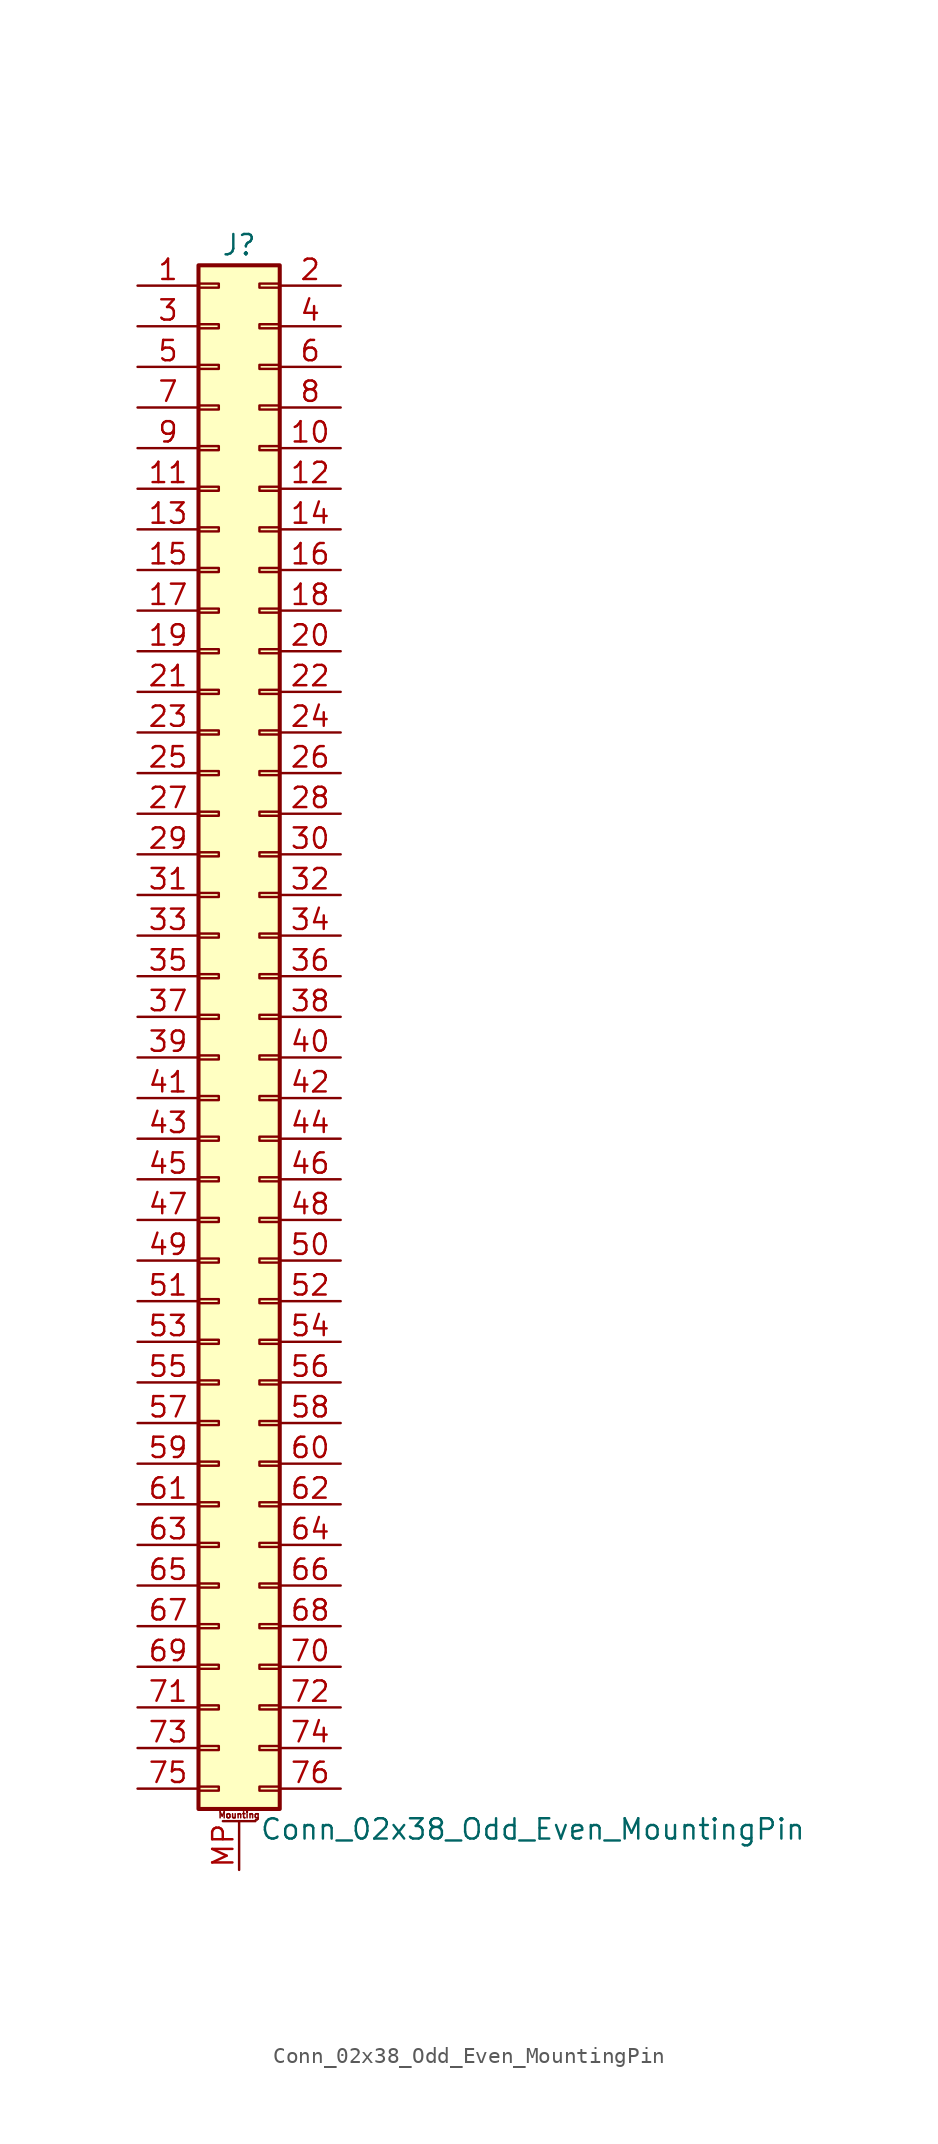
<source format=kicad_sym>
(kicad_symbol_lib
  (version 20211014)
  (generator kicad_symbol_editor)
  (symbol "Conn_02x38_Odd_Even_MountingPin"
    (pin_names
      (offset 1.016) hide)
    (property "Reference" "J"
      (at 1.27 48.26 0)
      (effects (font (size 1.27 1.27))))
    (property "Value" "Conn_02x38_Odd_Even_MountingPin"
      (at 2.54 -50.8 0)
      (effects (font (size 1.27 1.27)) (justify left)))
    (symbol "Conn_02x38_Odd_Even_MountingPin_1_1"
      (rectangle (start -1.27 -48.133) (end 0 -48.387) (stroke (width 0.152) (type default) (color 0 0 0 0)) (fill (type none)))
      (rectangle (start -1.27 -45.593) (end 0 -45.847) (stroke (width 0.152) (type default) (color 0 0 0 0)) (fill (type none)))
      (rectangle (start -1.27 -43.053) (end 0 -43.307) (stroke (width 0.152) (type default) (color 0 0 0 0)) (fill (type none)))
      (rectangle (start -1.27 -40.513) (end 0 -40.767) (stroke (width 0.152) (type default) (color 0 0 0 0)) (fill (type none)))
      (rectangle (start -1.27 -37.973) (end 0 -38.227) (stroke (width 0.152) (type default) (color 0 0 0 0)) (fill (type none)))
      (rectangle (start -1.27 -35.433) (end 0 -35.687) (stroke (width 0.152) (type default) (color 0 0 0 0)) (fill (type none)))
      (rectangle (start -1.27 -32.893) (end 0 -33.147) (stroke (width 0.152) (type default) (color 0 0 0 0)) (fill (type none)))
      (rectangle (start -1.27 -30.353) (end 0 -30.607) (stroke (width 0.152) (type default) (color 0 0 0 0)) (fill (type none)))
      (rectangle (start -1.27 -27.813) (end 0 -28.067) (stroke (width 0.152) (type default) (color 0 0 0 0)) (fill (type none)))
      (rectangle (start -1.27 -25.273) (end 0 -25.527) (stroke (width 0.152) (type default) (color 0 0 0 0)) (fill (type none)))
      (rectangle (start -1.27 -22.733) (end 0 -22.987) (stroke (width 0.152) (type default) (color 0 0 0 0)) (fill (type none)))
      (rectangle (start -1.27 -20.193) (end 0 -20.447) (stroke (width 0.152) (type default) (color 0 0 0 0)) (fill (type none)))
      (rectangle (start -1.27 -17.653) (end 0 -17.907) (stroke (width 0.152) (type default) (color 0 0 0 0)) (fill (type none)))
      (rectangle (start -1.27 -15.113) (end 0 -15.367) (stroke (width 0.152) (type default) (color 0 0 0 0)) (fill (type none)))
      (rectangle (start -1.27 -12.573) (end 0 -12.827) (stroke (width 0.152) (type default) (color 0 0 0 0)) (fill (type none)))
      (rectangle (start -1.27 -10.033) (end 0 -10.287) (stroke (width 0.152) (type default) (color 0 0 0 0)) (fill (type none)))
      (rectangle (start -1.27 -7.493) (end 0 -7.747) (stroke (width 0.152) (type default) (color 0 0 0 0)) (fill (type none)))
      (rectangle (start -1.27 -4.953) (end 0 -5.207) (stroke (width 0.152) (type default) (color 0 0 0 0)) (fill (type none)))
      (rectangle (start -1.27 -2.413) (end 0 -2.667) (stroke (width 0.152) (type default) (color 0 0 0 0)) (fill (type none)))
      (rectangle (start -1.27 0.127) (end 0 -0.127) (stroke (width 0.152) (type default) (color 0 0 0 0)) (fill (type none)))
      (rectangle (start -1.27 2.667) (end 0 2.413) (stroke (width 0.152) (type default) (color 0 0 0 0)) (fill (type none)))
      (rectangle (start -1.27 5.207) (end 0 4.953) (stroke (width 0.152) (type default) (color 0 0 0 0)) (fill (type none)))
      (rectangle (start -1.27 7.747) (end 0 7.493) (stroke (width 0.152) (type default) (color 0 0 0 0)) (fill (type none)))
      (rectangle (start -1.27 10.287) (end 0 10.033) (stroke (width 0.152) (type default) (color 0 0 0 0)) (fill (type none)))
      (rectangle (start -1.27 12.827) (end 0 12.573) (stroke (width 0.152) (type default) (color 0 0 0 0)) (fill (type none)))
      (rectangle (start -1.27 15.367) (end 0 15.113) (stroke (width 0.152) (type default) (color 0 0 0 0)) (fill (type none)))
      (rectangle (start -1.27 17.907) (end 0 17.653) (stroke (width 0.152) (type default) (color 0 0 0 0)) (fill (type none)))
      (rectangle (start -1.27 20.447) (end 0 20.193) (stroke (width 0.152) (type default) (color 0 0 0 0)) (fill (type none)))
      (rectangle (start -1.27 22.987) (end 0 22.733) (stroke (width 0.152) (type default) (color 0 0 0 0)) (fill (type none)))
      (rectangle (start -1.27 25.527) (end 0 25.273) (stroke (width 0.152) (type default) (color 0 0 0 0)) (fill (type none)))
      (rectangle (start -1.27 28.067) (end 0 27.813) (stroke (width 0.152) (type default) (color 0 0 0 0)) (fill (type none)))
      (rectangle (start -1.27 30.607) (end 0 30.353) (stroke (width 0.152) (type default) (color 0 0 0 0)) (fill (type none)))
      (rectangle (start -1.27 33.147) (end 0 32.893) (stroke (width 0.152) (type default) (color 0 0 0 0)) (fill (type none)))
      (rectangle (start -1.27 35.687) (end 0 35.433) (stroke (width 0.152) (type default) (color 0 0 0 0)) (fill (type none)))
      (rectangle (start -1.27 38.227) (end 0 37.973) (stroke (width 0.152) (type default) (color 0 0 0 0)) (fill (type none)))
      (rectangle (start -1.27 40.767) (end 0 40.513) (stroke (width 0.152) (type default) (color 0 0 0 0)) (fill (type none)))
      (rectangle (start -1.27 43.307) (end 0 43.053) (stroke (width 0.152) (type default) (color 0 0 0 0)) (fill (type none)))
      (rectangle (start -1.27 45.847) (end 0 45.593) (stroke (width 0.152) (type default) (color 0 0 0 0)) (fill (type none)))
      (rectangle (start -1.27 46.99) (end 3.81 -49.53) (stroke (width 0.254) (type default) (color 0 0 0 0)) (fill (type background)))
      (polyline (pts (xy 0.254 -50.292) (xy 2.286 -50.292)) (stroke (width 0.152) (type default) (color 0 0 0 0)) (fill (type none)))
      (rectangle (start 3.81 -48.133) (end 2.54 -48.387) (stroke (width 0.152) (type default) (color 0 0 0 0)) (fill (type none)))
      (rectangle (start 3.81 -45.593) (end 2.54 -45.847) (stroke (width 0.152) (type default) (color 0 0 0 0)) (fill (type none)))
      (rectangle (start 3.81 -43.053) (end 2.54 -43.307) (stroke (width 0.152) (type default) (color 0 0 0 0)) (fill (type none)))
      (rectangle (start 3.81 -40.513) (end 2.54 -40.767) (stroke (width 0.152) (type default) (color 0 0 0 0)) (fill (type none)))
      (rectangle (start 3.81 -37.973) (end 2.54 -38.227) (stroke (width 0.152) (type default) (color 0 0 0 0)) (fill (type none)))
      (rectangle (start 3.81 -35.433) (end 2.54 -35.687) (stroke (width 0.152) (type default) (color 0 0 0 0)) (fill (type none)))
      (rectangle (start 3.81 -32.893) (end 2.54 -33.147) (stroke (width 0.152) (type default) (color 0 0 0 0)) (fill (type none)))
      (rectangle (start 3.81 -30.353) (end 2.54 -30.607) (stroke (width 0.152) (type default) (color 0 0 0 0)) (fill (type none)))
      (rectangle (start 3.81 -27.813) (end 2.54 -28.067) (stroke (width 0.152) (type default) (color 0 0 0 0)) (fill (type none)))
      (rectangle (start 3.81 -25.273) (end 2.54 -25.527) (stroke (width 0.152) (type default) (color 0 0 0 0)) (fill (type none)))
      (rectangle (start 3.81 -22.733) (end 2.54 -22.987) (stroke (width 0.152) (type default) (color 0 0 0 0)) (fill (type none)))
      (rectangle (start 3.81 -20.193) (end 2.54 -20.447) (stroke (width 0.152) (type default) (color 0 0 0 0)) (fill (type none)))
      (rectangle (start 3.81 -17.653) (end 2.54 -17.907) (stroke (width 0.152) (type default) (color 0 0 0 0)) (fill (type none)))
      (rectangle (start 3.81 -15.113) (end 2.54 -15.367) (stroke (width 0.152) (type default) (color 0 0 0 0)) (fill (type none)))
      (rectangle (start 3.81 -12.573) (end 2.54 -12.827) (stroke (width 0.152) (type default) (color 0 0 0 0)) (fill (type none)))
      (rectangle (start 3.81 -10.033) (end 2.54 -10.287) (stroke (width 0.152) (type default) (color 0 0 0 0)) (fill (type none)))
      (rectangle (start 3.81 -7.493) (end 2.54 -7.747) (stroke (width 0.152) (type default) (color 0 0 0 0)) (fill (type none)))
      (rectangle (start 3.81 -4.953) (end 2.54 -5.207) (stroke (width 0.152) (type default) (color 0 0 0 0)) (fill (type none)))
      (rectangle (start 3.81 -2.413) (end 2.54 -2.667) (stroke (width 0.152) (type default) (color 0 0 0 0)) (fill (type none)))
      (rectangle (start 3.81 0.127) (end 2.54 -0.127) (stroke (width 0.152) (type default) (color 0 0 0 0)) (fill (type none)))
      (rectangle (start 3.81 2.667) (end 2.54 2.413) (stroke (width 0.152) (type default) (color 0 0 0 0)) (fill (type none)))
      (rectangle (start 3.81 5.207) (end 2.54 4.953) (stroke (width 0.152) (type default) (color 0 0 0 0)) (fill (type none)))
      (rectangle (start 3.81 7.747) (end 2.54 7.493) (stroke (width 0.152) (type default) (color 0 0 0 0)) (fill (type none)))
      (rectangle (start 3.81 10.287) (end 2.54 10.033) (stroke (width 0.152) (type default) (color 0 0 0 0)) (fill (type none)))
      (rectangle (start 3.81 12.827) (end 2.54 12.573) (stroke (width 0.152) (type default) (color 0 0 0 0)) (fill (type none)))
      (rectangle (start 3.81 15.367) (end 2.54 15.113) (stroke (width 0.152) (type default) (color 0 0 0 0)) (fill (type none)))
      (rectangle (start 3.81 17.907) (end 2.54 17.653) (stroke (width 0.152) (type default) (color 0 0 0 0)) (fill (type none)))
      (rectangle (start 3.81 20.447) (end 2.54 20.193) (stroke (width 0.152) (type default) (color 0 0 0 0)) (fill (type none)))
      (rectangle (start 3.81 22.987) (end 2.54 22.733) (stroke (width 0.152) (type default) (color 0 0 0 0)) (fill (type none)))
      (rectangle (start 3.81 25.527) (end 2.54 25.273) (stroke (width 0.152) (type default) (color 0 0 0 0)) (fill (type none)))
      (rectangle (start 3.81 28.067) (end 2.54 27.813) (stroke (width 0.152) (type default) (color 0 0 0 0)) (fill (type none)))
      (rectangle (start 3.81 30.607) (end 2.54 30.353) (stroke (width 0.152) (type default) (color 0 0 0 0)) (fill (type none)))
      (rectangle (start 3.81 33.147) (end 2.54 32.893) (stroke (width 0.152) (type default) (color 0 0 0 0)) (fill (type none)))
      (rectangle (start 3.81 35.687) (end 2.54 35.433) (stroke (width 0.152) (type default) (color 0 0 0 0)) (fill (type none)))
      (rectangle (start 3.81 38.227) (end 2.54 37.973) (stroke (width 0.152) (type default) (color 0 0 0 0)) (fill (type none)))
      (rectangle (start 3.81 40.767) (end 2.54 40.513) (stroke (width 0.152) (type default) (color 0 0 0 0)) (fill (type none)))
      (rectangle (start 3.81 43.307) (end 2.54 43.053) (stroke (width 0.152) (type default) (color 0 0 0 0)) (fill (type none)))
      (rectangle (start 3.81 45.847) (end 2.54 45.593) (stroke (width 0.152) (type default) (color 0 0 0 0)) (fill (type none)))
      (text "Mounting" (at 1.27 -49.911 0) (effects (font (size 0.381 0.381))))
      (pin passive line (at -5.08 45.72 0) (length 3.81) (name "Pin_1" (effects (font (size 1.27 1.27)))) (number "1" (effects (font (size 1.27 1.27)))))
      (pin passive line (at 7.62 35.56 180) (length 3.81) (name "Pin_10" (effects (font (size 1.27 1.27)))) (number "10" (effects (font (size 1.27 1.27)))))
      (pin passive line (at -5.08 33.02 0) (length 3.81) (name "Pin_11" (effects (font (size 1.27 1.27)))) (number "11" (effects (font (size 1.27 1.27)))))
      (pin passive line (at 7.62 33.02 180) (length 3.81) (name "Pin_12" (effects (font (size 1.27 1.27)))) (number "12" (effects (font (size 1.27 1.27)))))
      (pin passive line (at -5.08 30.48 0) (length 3.81) (name "Pin_13" (effects (font (size 1.27 1.27)))) (number "13" (effects (font (size 1.27 1.27)))))
      (pin passive line (at 7.62 30.48 180) (length 3.81) (name "Pin_14" (effects (font (size 1.27 1.27)))) (number "14" (effects (font (size 1.27 1.27)))))
      (pin passive line (at -5.08 27.94 0) (length 3.81) (name "Pin_15" (effects (font (size 1.27 1.27)))) (number "15" (effects (font (size 1.27 1.27)))))
      (pin passive line (at 7.62 27.94 180) (length 3.81) (name "Pin_16" (effects (font (size 1.27 1.27)))) (number "16" (effects (font (size 1.27 1.27)))))
      (pin passive line (at -5.08 25.4 0) (length 3.81) (name "Pin_17" (effects (font (size 1.27 1.27)))) (number "17" (effects (font (size 1.27 1.27)))))
      (pin passive line (at 7.62 25.4 180) (length 3.81) (name "Pin_18" (effects (font (size 1.27 1.27)))) (number "18" (effects (font (size 1.27 1.27)))))
      (pin passive line (at -5.08 22.86 0) (length 3.81) (name "Pin_19" (effects (font (size 1.27 1.27)))) (number "19" (effects (font (size 1.27 1.27)))))
      (pin passive line (at 7.62 45.72 180) (length 3.81) (name "Pin_2" (effects (font (size 1.27 1.27)))) (number "2" (effects (font (size 1.27 1.27)))))
      (pin passive line (at 7.62 22.86 180) (length 3.81) (name "Pin_20" (effects (font (size 1.27 1.27)))) (number "20" (effects (font (size 1.27 1.27)))))
      (pin passive line (at -5.08 20.32 0) (length 3.81) (name "Pin_21" (effects (font (size 1.27 1.27)))) (number "21" (effects (font (size 1.27 1.27)))))
      (pin passive line (at 7.62 20.32 180) (length 3.81) (name "Pin_22" (effects (font (size 1.27 1.27)))) (number "22" (effects (font (size 1.27 1.27)))))
      (pin passive line (at -5.08 17.78 0) (length 3.81) (name "Pin_23" (effects (font (size 1.27 1.27)))) (number "23" (effects (font (size 1.27 1.27)))))
      (pin passive line (at 7.62 17.78 180) (length 3.81) (name "Pin_24" (effects (font (size 1.27 1.27)))) (number "24" (effects (font (size 1.27 1.27)))))
      (pin passive line (at -5.08 15.24 0) (length 3.81) (name "Pin_25" (effects (font (size 1.27 1.27)))) (number "25" (effects (font (size 1.27 1.27)))))
      (pin passive line (at 7.62 15.24 180) (length 3.81) (name "Pin_26" (effects (font (size 1.27 1.27)))) (number "26" (effects (font (size 1.27 1.27)))))
      (pin passive line (at -5.08 12.7 0) (length 3.81) (name "Pin_27" (effects (font (size 1.27 1.27)))) (number "27" (effects (font (size 1.27 1.27)))))
      (pin passive line (at 7.62 12.7 180) (length 3.81) (name "Pin_28" (effects (font (size 1.27 1.27)))) (number "28" (effects (font (size 1.27 1.27)))))
      (pin passive line (at -5.08 10.16 0) (length 3.81) (name "Pin_29" (effects (font (size 1.27 1.27)))) (number "29" (effects (font (size 1.27 1.27)))))
      (pin passive line (at -5.08 43.18 0) (length 3.81) (name "Pin_3" (effects (font (size 1.27 1.27)))) (number "3" (effects (font (size 1.27 1.27)))))
      (pin passive line (at 7.62 10.16 180) (length 3.81) (name "Pin_30" (effects (font (size 1.27 1.27)))) (number "30" (effects (font (size 1.27 1.27)))))
      (pin passive line (at -5.08 7.62 0) (length 3.81) (name "Pin_31" (effects (font (size 1.27 1.27)))) (number "31" (effects (font (size 1.27 1.27)))))
      (pin passive line (at 7.62 7.62 180) (length 3.81) (name "Pin_32" (effects (font (size 1.27 1.27)))) (number "32" (effects (font (size 1.27 1.27)))))
      (pin passive line (at -5.08 5.08 0) (length 3.81) (name "Pin_33" (effects (font (size 1.27 1.27)))) (number "33" (effects (font (size 1.27 1.27)))))
      (pin passive line (at 7.62 5.08 180) (length 3.81) (name "Pin_34" (effects (font (size 1.27 1.27)))) (number "34" (effects (font (size 1.27 1.27)))))
      (pin passive line (at -5.08 2.54 0) (length 3.81) (name "Pin_35" (effects (font (size 1.27 1.27)))) (number "35" (effects (font (size 1.27 1.27)))))
      (pin passive line (at 7.62 2.54 180) (length 3.81) (name "Pin_36" (effects (font (size 1.27 1.27)))) (number "36" (effects (font (size 1.27 1.27)))))
      (pin passive line (at -5.08 0 0) (length 3.81) (name "Pin_37" (effects (font (size 1.27 1.27)))) (number "37" (effects (font (size 1.27 1.27)))))
      (pin passive line (at 7.62 0 180) (length 3.81) (name "Pin_38" (effects (font (size 1.27 1.27)))) (number "38" (effects (font (size 1.27 1.27)))))
      (pin passive line (at -5.08 -2.54 0) (length 3.81) (name "Pin_39" (effects (font (size 1.27 1.27)))) (number "39" (effects (font (size 1.27 1.27)))))
      (pin passive line (at 7.62 43.18 180) (length 3.81) (name "Pin_4" (effects (font (size 1.27 1.27)))) (number "4" (effects (font (size 1.27 1.27)))))
      (pin passive line (at 7.62 -2.54 180) (length 3.81) (name "Pin_40" (effects (font (size 1.27 1.27)))) (number "40" (effects (font (size 1.27 1.27)))))
      (pin passive line (at -5.08 -5.08 0) (length 3.81) (name "Pin_41" (effects (font (size 1.27 1.27)))) (number "41" (effects (font (size 1.27 1.27)))))
      (pin passive line (at 7.62 -5.08 180) (length 3.81) (name "Pin_42" (effects (font (size 1.27 1.27)))) (number "42" (effects (font (size 1.27 1.27)))))
      (pin passive line (at -5.08 -7.62 0) (length 3.81) (name "Pin_43" (effects (font (size 1.27 1.27)))) (number "43" (effects (font (size 1.27 1.27)))))
      (pin passive line (at 7.62 -7.62 180) (length 3.81) (name "Pin_44" (effects (font (size 1.27 1.27)))) (number "44" (effects (font (size 1.27 1.27)))))
      (pin passive line (at -5.08 -10.16 0) (length 3.81) (name "Pin_45" (effects (font (size 1.27 1.27)))) (number "45" (effects (font (size 1.27 1.27)))))
      (pin passive line (at 7.62 -10.16 180) (length 3.81) (name "Pin_46" (effects (font (size 1.27 1.27)))) (number "46" (effects (font (size 1.27 1.27)))))
      (pin passive line (at -5.08 -12.7 0) (length 3.81) (name "Pin_47" (effects (font (size 1.27 1.27)))) (number "47" (effects (font (size 1.27 1.27)))))
      (pin passive line (at 7.62 -12.7 180) (length 3.81) (name "Pin_48" (effects (font (size 1.27 1.27)))) (number "48" (effects (font (size 1.27 1.27)))))
      (pin passive line (at -5.08 -15.24 0) (length 3.81) (name "Pin_49" (effects (font (size 1.27 1.27)))) (number "49" (effects (font (size 1.27 1.27)))))
      (pin passive line (at -5.08 40.64 0) (length 3.81) (name "Pin_5" (effects (font (size 1.27 1.27)))) (number "5" (effects (font (size 1.27 1.27)))))
      (pin passive line (at 7.62 -15.24 180) (length 3.81) (name "Pin_50" (effects (font (size 1.27 1.27)))) (number "50" (effects (font (size 1.27 1.27)))))
      (pin passive line (at -5.08 -17.78 0) (length 3.81) (name "Pin_51" (effects (font (size 1.27 1.27)))) (number "51" (effects (font (size 1.27 1.27)))))
      (pin passive line (at 7.62 -17.78 180) (length 3.81) (name "Pin_52" (effects (font (size 1.27 1.27)))) (number "52" (effects (font (size 1.27 1.27)))))
      (pin passive line (at -5.08 -20.32 0) (length 3.81) (name "Pin_53" (effects (font (size 1.27 1.27)))) (number "53" (effects (font (size 1.27 1.27)))))
      (pin passive line (at 7.62 -20.32 180) (length 3.81) (name "Pin_54" (effects (font (size 1.27 1.27)))) (number "54" (effects (font (size 1.27 1.27)))))
      (pin passive line (at -5.08 -22.86 0) (length 3.81) (name "Pin_55" (effects (font (size 1.27 1.27)))) (number "55" (effects (font (size 1.27 1.27)))))
      (pin passive line (at 7.62 -22.86 180) (length 3.81) (name "Pin_56" (effects (font (size 1.27 1.27)))) (number "56" (effects (font (size 1.27 1.27)))))
      (pin passive line (at -5.08 -25.4 0) (length 3.81) (name "Pin_57" (effects (font (size 1.27 1.27)))) (number "57" (effects (font (size 1.27 1.27)))))
      (pin passive line (at 7.62 -25.4 180) (length 3.81) (name "Pin_58" (effects (font (size 1.27 1.27)))) (number "58" (effects (font (size 1.27 1.27)))))
      (pin passive line (at -5.08 -27.94 0) (length 3.81) (name "Pin_59" (effects (font (size 1.27 1.27)))) (number "59" (effects (font (size 1.27 1.27)))))
      (pin passive line (at 7.62 40.64 180) (length 3.81) (name "Pin_6" (effects (font (size 1.27 1.27)))) (number "6" (effects (font (size 1.27 1.27)))))
      (pin passive line (at 7.62 -27.94 180) (length 3.81) (name "Pin_60" (effects (font (size 1.27 1.27)))) (number "60" (effects (font (size 1.27 1.27)))))
      (pin passive line (at -5.08 -30.48 0) (length 3.81) (name "Pin_61" (effects (font (size 1.27 1.27)))) (number "61" (effects (font (size 1.27 1.27)))))
      (pin passive line (at 7.62 -30.48 180) (length 3.81) (name "Pin_62" (effects (font (size 1.27 1.27)))) (number "62" (effects (font (size 1.27 1.27)))))
      (pin passive line (at -5.08 -33.02 0) (length 3.81) (name "Pin_63" (effects (font (size 1.27 1.27)))) (number "63" (effects (font (size 1.27 1.27)))))
      (pin passive line (at 7.62 -33.02 180) (length 3.81) (name "Pin_64" (effects (font (size 1.27 1.27)))) (number "64" (effects (font (size 1.27 1.27)))))
      (pin passive line (at -5.08 -35.56 0) (length 3.81) (name "Pin_65" (effects (font (size 1.27 1.27)))) (number "65" (effects (font (size 1.27 1.27)))))
      (pin passive line (at 7.62 -35.56 180) (length 3.81) (name "Pin_66" (effects (font (size 1.27 1.27)))) (number "66" (effects (font (size 1.27 1.27)))))
      (pin passive line (at -5.08 -38.1 0) (length 3.81) (name "Pin_67" (effects (font (size 1.27 1.27)))) (number "67" (effects (font (size 1.27 1.27)))))
      (pin passive line (at 7.62 -38.1 180) (length 3.81) (name "Pin_68" (effects (font (size 1.27 1.27)))) (number "68" (effects (font (size 1.27 1.27)))))
      (pin passive line (at -5.08 -40.64 0) (length 3.81) (name "Pin_69" (effects (font (size 1.27 1.27)))) (number "69" (effects (font (size 1.27 1.27)))))
      (pin passive line (at -5.08 38.1 0) (length 3.81) (name "Pin_7" (effects (font (size 1.27 1.27)))) (number "7" (effects (font (size 1.27 1.27)))))
      (pin passive line (at 7.62 -40.64 180) (length 3.81) (name "Pin_70" (effects (font (size 1.27 1.27)))) (number "70" (effects (font (size 1.27 1.27)))))
      (pin passive line (at -5.08 -43.18 0) (length 3.81) (name "Pin_71" (effects (font (size 1.27 1.27)))) (number "71" (effects (font (size 1.27 1.27)))))
      (pin passive line (at 7.62 -43.18 180) (length 3.81) (name "Pin_72" (effects (font (size 1.27 1.27)))) (number "72" (effects (font (size 1.27 1.27)))))
      (pin passive line (at -5.08 -45.72 0) (length 3.81) (name "Pin_73" (effects (font (size 1.27 1.27)))) (number "73" (effects (font (size 1.27 1.27)))))
      (pin passive line (at 7.62 -45.72 180) (length 3.81) (name "Pin_74" (effects (font (size 1.27 1.27)))) (number "74" (effects (font (size 1.27 1.27)))))
      (pin passive line (at -5.08 -48.26 0) (length 3.81) (name "Pin_75" (effects (font (size 1.27 1.27)))) (number "75" (effects (font (size 1.27 1.27)))))
      (pin passive line (at 7.62 -48.26 180) (length 3.81) (name "Pin_76" (effects (font (size 1.27 1.27)))) (number "76" (effects (font (size 1.27 1.27)))))
      (pin passive line (at 7.62 38.1 180) (length 3.81) (name "Pin_8" (effects (font (size 1.27 1.27)))) (number "8" (effects (font (size 1.27 1.27)))))
      (pin passive line (at -5.08 35.56 0) (length 3.81) (name "Pin_9" (effects (font (size 1.27 1.27)))) (number "9" (effects (font (size 1.27 1.27)))))
      (pin passive line (at 1.27 -53.34 90) (length 3.048) (name "MountPin" (effects (font (size 1.27 1.27)))) (number "MP" (effects (font (size 1.27 1.27))))))))
</source>
